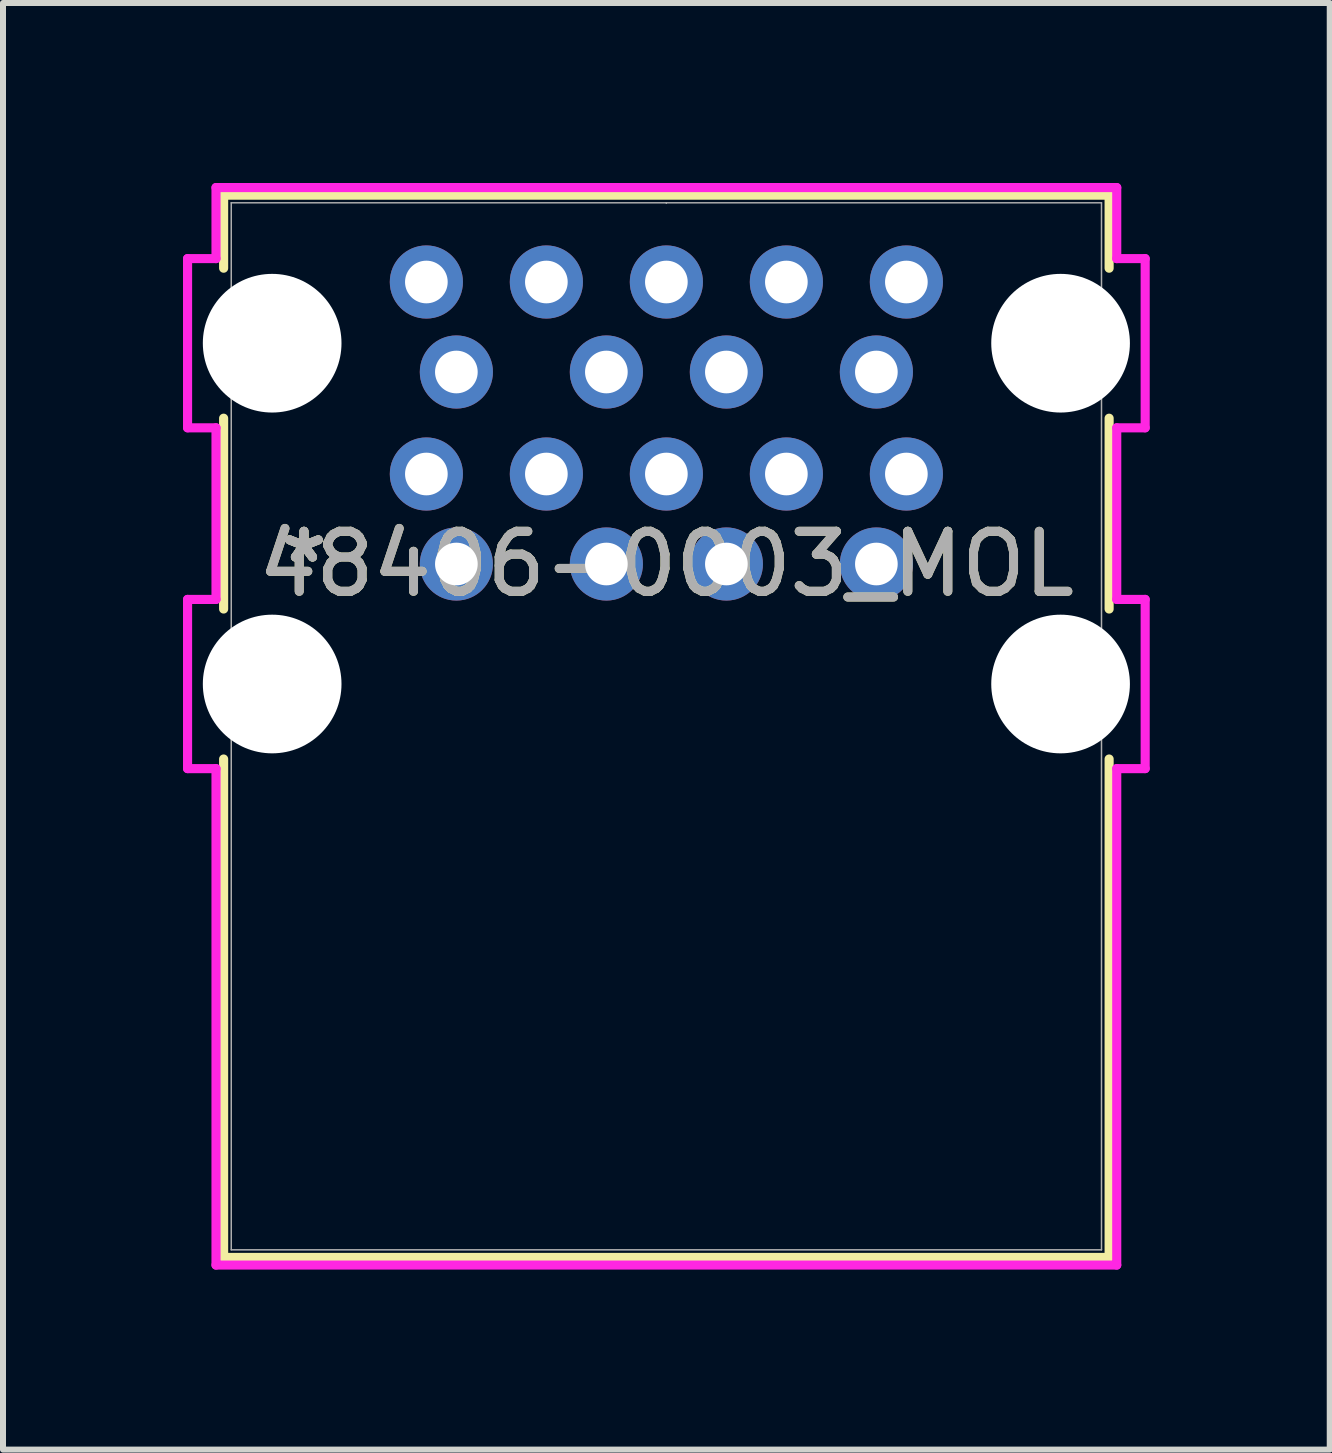
<source format=kicad_pcb>
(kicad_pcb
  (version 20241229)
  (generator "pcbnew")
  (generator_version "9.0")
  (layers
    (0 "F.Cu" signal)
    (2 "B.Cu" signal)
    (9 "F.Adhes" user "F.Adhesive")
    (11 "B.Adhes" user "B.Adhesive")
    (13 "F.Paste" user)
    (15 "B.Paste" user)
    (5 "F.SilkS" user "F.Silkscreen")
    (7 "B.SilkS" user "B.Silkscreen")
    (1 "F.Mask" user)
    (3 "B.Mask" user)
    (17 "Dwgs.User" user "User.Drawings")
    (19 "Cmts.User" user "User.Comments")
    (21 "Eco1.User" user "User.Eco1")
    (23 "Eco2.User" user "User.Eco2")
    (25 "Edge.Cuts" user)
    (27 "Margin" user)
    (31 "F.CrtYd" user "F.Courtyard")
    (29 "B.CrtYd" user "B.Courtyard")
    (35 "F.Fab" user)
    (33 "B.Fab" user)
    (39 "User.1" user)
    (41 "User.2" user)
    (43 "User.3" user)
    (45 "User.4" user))
  (footprint "48406-0003_MOL"
    (layer "F.Cu")
    (at 4.556 6.35)
    (property "Reference" "48406-0003_MOL" (at 3.5 0 0) (unlocked yes) (layer "F.SilkS") (effects (font (size 1 1) (thickness 0.15))))
    (attr through_hole)
    (fp_line (start -3.879 -6.147) (end -3.879 -4.93) (stroke (width 0.152) (type solid)) (layer "F.SilkS"))
    (fp_line (start -3.879 -2.43) (end -3.879 0.75) (stroke (width 0.152) (type solid)) (layer "F.SilkS"))
    (fp_line (start -3.879 3.25) (end -3.879 11.557) (stroke (width 0.152) (type solid)) (layer "F.SilkS"))
    (fp_line (start -3.879 11.557) (end 10.879 11.557) (stroke (width 0.152) (type solid)) (layer "F.SilkS"))
    (fp_line (start 10.879 -6.147) (end -3.879 -6.147) (stroke (width 0.152) (type solid)) (layer "F.SilkS"))
    (fp_line (start 10.879 -4.93) (end 10.879 -6.147) (stroke (width 0.152) (type solid)) (layer "F.SilkS"))
    (fp_line (start 10.879 0.75) (end 10.879 -2.43) (stroke (width 0.152) (type solid)) (layer "F.SilkS"))
    (fp_line (start 10.879 11.557) (end 10.879 3.25) (stroke (width 0.152) (type solid)) (layer "F.SilkS"))
    (fp_line (start -4.48 -5.09) (end -4.48 -2.27) (stroke (width 0.152) (type solid)) (layer "F.CrtYd"))
    (fp_line (start -4.48 -2.27) (end -4.006 -2.27) (stroke (width 0.152) (type solid)) (layer "F.CrtYd"))
    (fp_line (start -4.48 0.59) (end -4.48 3.41) (stroke (width 0.152) (type solid)) (layer "F.CrtYd"))
    (fp_line (start -4.48 3.41) (end -4.006 3.41) (stroke (width 0.152) (type solid)) (layer "F.CrtYd"))
    (fp_line (start -4.006 -6.274) (end -4.006 -5.09) (stroke (width 0.152) (type solid)) (layer "F.CrtYd"))
    (fp_line (start -4.006 -5.09) (end -4.48 -5.09) (stroke (width 0.152) (type solid)) (layer "F.CrtYd"))
    (fp_line (start -4.006 -2.27) (end -4.006 0.59) (stroke (width 0.152) (type solid)) (layer "F.CrtYd"))
    (fp_line (start -4.006 0.59) (end -4.48 0.59) (stroke (width 0.152) (type solid)) (layer "F.CrtYd"))
    (fp_line (start -4.006 3.41) (end -4.006 11.684) (stroke (width 0.152) (type solid)) (layer "F.CrtYd"))
    (fp_line (start -4.006 11.684) (end 11.006 11.684) (stroke (width 0.152) (type solid)) (layer "F.CrtYd"))
    (fp_line (start 11.006 -6.274) (end -4.006 -6.274) (stroke (width 0.152) (type solid)) (layer "F.CrtYd"))
    (fp_line (start 11.006 -5.09) (end 11.006 -6.274) (stroke (width 0.152) (type solid)) (layer "F.CrtYd"))
    (fp_line (start 11.006 -2.27) (end 11.48 -2.27) (stroke (width 0.152) (type solid)) (layer "F.CrtYd"))
    (fp_line (start 11.006 0.59) (end 11.006 -2.27) (stroke (width 0.152) (type solid)) (layer "F.CrtYd"))
    (fp_line (start 11.006 3.41) (end 11.48 3.41) (stroke (width 0.152) (type solid)) (layer "F.CrtYd"))
    (fp_line (start 11.006 11.684) (end 11.006 3.41) (stroke (width 0.152) (type solid)) (layer "F.CrtYd"))
    (fp_line (start 11.48 -5.09) (end 11.006 -5.09) (stroke (width 0.152) (type solid)) (layer "F.CrtYd"))
    (fp_line (start 11.48 -2.27) (end 11.48 -5.09) (stroke (width 0.152) (type solid)) (layer "F.CrtYd"))
    (fp_line (start 11.48 0.59) (end 11.006 0.59) (stroke (width 0.152) (type solid)) (layer "F.CrtYd"))
    (fp_line (start 11.48 3.41) (end 11.48 0.59) (stroke (width 0.152) (type solid)) (layer "F.CrtYd"))
    (fp_line (start -3.752 -6.02) (end -3.752 11.43) (stroke (width 0.025) (type solid)) (layer "F.Fab"))
    (fp_line (start -3.752 11.43) (end 10.752 11.43) (stroke (width 0.025) (type solid)) (layer "F.Fab"))
    (fp_line (start 3.5 -6.02) (end 3.5 -6.02) (stroke (width 0.025) (type solid)) (layer "F.Fab"))
    (fp_line (start 3.5 -6.02) (end 3.5 -6.02) (stroke (width 0.025) (type solid)) (layer "F.Fab"))
    (fp_line (start 3.5 -6.02) (end 3.5 -6.02) (stroke (width 0.025) (type solid)) (layer "F.Fab"))
    (fp_line (start 3.5 -6.02) (end 3.5 -6.02) (stroke (width 0.025) (type solid)) (layer "F.Fab"))
    (fp_line (start 10.752 -6.02) (end -3.752 -6.02) (stroke (width 0.025) (type solid)) (layer "F.Fab"))
    (fp_line (start 10.752 11.43) (end 10.752 -6.02) (stroke (width 0.025) (type solid)) (layer "F.Fab"))
    (fp_text user "*" (at -2.54 0 0) (layer "F.SilkS") (effects (font (size 1 1) (thickness 0.15))))
    (fp_text user "*" (at -2.54 0 0) (unlocked yes) (layer "F.SilkS") (effects (font (size 1 1) (thickness 0.15))))
    (fp_text user "${REFERENCE}" (at 3.5 0 0) (unlocked yes) (layer "F.Fab") (effects (font (size 1 1) (thickness 0.15))))
    (fp_text user "*" (at -2.54 0 0) (unlocked yes) (layer "F.Fab") (effects (font (size 1 1) (thickness 0.15))))
    (fp_text user "*" (at -2.54 0 0) (layer "F.Fab") (effects (font (size 1 1) (thickness 0.15))))
    (pad "" np_thru_hole circle (at -3.07 -3.68) (size 2.311 2.311) (drill 2.311) (layers "*.Cu" "*.Mask"))
    (pad "" np_thru_hole circle (at -3.07 2) (size 2.311 2.311) (drill 2.311) (layers "*.Cu" "*.Mask"))
    (pad "" np_thru_hole circle (at 10.07 -3.68) (size 2.311 2.311) (drill 2.311) (layers "*.Cu" "*.Mask"))
    (pad "" np_thru_hole circle (at 10.07 2) (size 2.311 2.311) (drill 2.311) (layers "*.Cu" "*.Mask"))
    (pad "1" thru_hole circle (at 0 0) (size 1.219 1.219) (drill 0.711) (layers "*.Cu" "*.Mask"))
    (pad "2" thru_hole circle (at 2.5 0) (size 1.219 1.219) (drill 0.711) (layers "*.Cu" "*.Mask"))
    (pad "3" thru_hole circle (at 4.5 0) (size 1.219 1.219) (drill 0.711) (layers "*.Cu" "*.Mask"))
    (pad "4" thru_hole circle (at 7 0) (size 1.219 1.219) (drill 0.711) (layers "*.Cu" "*.Mask"))
    (pad "5" thru_hole circle (at 7.5 -1.5) (size 1.219 1.219) (drill 0.711) (layers "*.Cu" "*.Mask"))
    (pad "6" thru_hole circle (at 5.5 -1.5) (size 1.219 1.219) (drill 0.711) (layers "*.Cu" "*.Mask"))
    (pad "7" thru_hole circle (at 3.5 -1.5) (size 1.219 1.219) (drill 0.711) (layers "*.Cu" "*.Mask"))
    (pad "8" thru_hole circle (at 1.5 -1.5) (size 1.219 1.219) (drill 0.711) (layers "*.Cu" "*.Mask"))
    (pad "9" thru_hole circle (at -0.5 -1.5) (size 1.219 1.219) (drill 0.711) (layers "*.Cu" "*.Mask"))
    (pad "10" thru_hole circle (at 0 -3.2) (size 1.219 1.219) (drill 0.711) (layers "*.Cu" "*.Mask"))
    (pad "11" thru_hole circle (at 2.5 -3.2) (size 1.219 1.219) (drill 0.711) (layers "*.Cu" "*.Mask"))
    (pad "12" thru_hole circle (at 4.5 -3.2) (size 1.219 1.219) (drill 0.711) (layers "*.Cu" "*.Mask"))
    (pad "13" thru_hole circle (at 7 -3.2) (size 1.219 1.219) (drill 0.711) (layers "*.Cu" "*.Mask"))
    (pad "14" thru_hole circle (at 7.5 -4.7) (size 1.219 1.219) (drill 0.711) (layers "*.Cu" "*.Mask"))
    (pad "15" thru_hole circle (at 5.5 -4.7) (size 1.219 1.219) (drill 0.711) (layers "*.Cu" "*.Mask"))
    (pad "16" thru_hole circle (at 3.5 -4.7) (size 1.219 1.219) (drill 0.711) (layers "*.Cu" "*.Mask"))
    (pad "17" thru_hole circle (at 1.5 -4.7) (size 1.219 1.219) (drill 0.711) (layers "*.Cu" "*.Mask"))
    (pad "18" thru_hole circle (at -0.5 -4.7) (size 1.219 1.219) (drill 0.711) (layers "*.Cu" "*.Mask")))
  (gr_rect
    (start -3 -3)
    (end 19.112 21.11)
    (stroke (width 0.1) (type default))
    (fill no)
    (layer "Edge.Cuts")))
</source>
